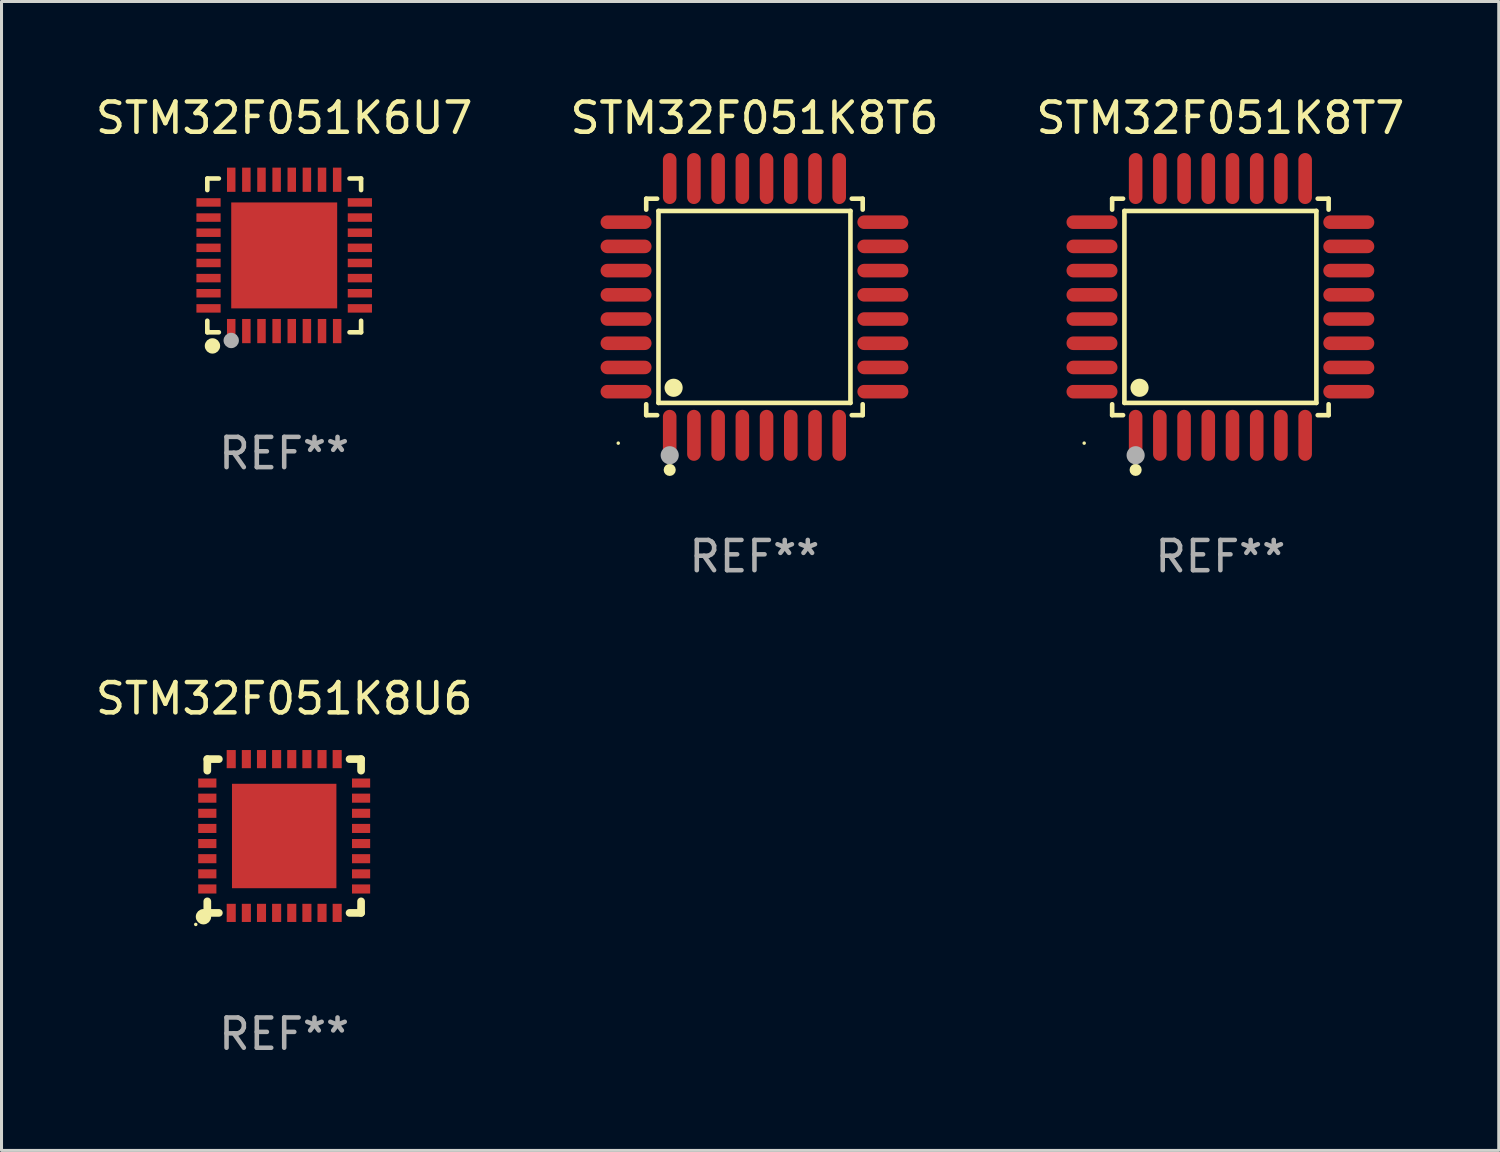
<source format=kicad_pcb>
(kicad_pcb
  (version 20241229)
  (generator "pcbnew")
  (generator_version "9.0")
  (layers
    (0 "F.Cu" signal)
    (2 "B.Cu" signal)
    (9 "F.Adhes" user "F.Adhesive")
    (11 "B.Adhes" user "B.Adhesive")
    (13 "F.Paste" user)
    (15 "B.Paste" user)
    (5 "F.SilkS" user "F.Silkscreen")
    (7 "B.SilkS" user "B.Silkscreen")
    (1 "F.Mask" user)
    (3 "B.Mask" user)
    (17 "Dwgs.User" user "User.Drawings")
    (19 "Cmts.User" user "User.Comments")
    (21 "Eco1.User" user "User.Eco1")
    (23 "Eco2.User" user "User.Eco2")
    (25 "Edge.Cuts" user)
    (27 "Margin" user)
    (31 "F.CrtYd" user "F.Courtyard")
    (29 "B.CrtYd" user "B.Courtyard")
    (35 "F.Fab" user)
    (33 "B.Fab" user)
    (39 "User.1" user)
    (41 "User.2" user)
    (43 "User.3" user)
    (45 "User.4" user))
  (footprint "STM32F051K6U7"
    (layer "F.Cu")
    (at 6.339 5.388)
    (property "Reference" "STM32F051K6U7" (at 0 -4.54 0) (layer "F.SilkS") (effects (font (size 1 1) (thickness 0.15))))
    (attr through_hole)
    (fp_line (start -2.54 -2.54) (end -2.159 -2.54) (stroke (width 0.152) (type solid)) (layer "F.SilkS"))
    (fp_line (start -2.54 -2.159) (end -2.54 -2.54) (stroke (width 0.152) (type solid)) (layer "F.SilkS"))
    (fp_line (start -2.54 2.54) (end -2.54 2.159) (stroke (width 0.152) (type solid)) (layer "F.SilkS"))
    (fp_line (start -2.159 2.54) (end -2.54 2.54) (stroke (width 0.152) (type solid)) (layer "F.SilkS"))
    (fp_line (start 2.159 -2.54) (end 2.54 -2.54) (stroke (width 0.152) (type solid)) (layer "F.SilkS"))
    (fp_line (start 2.54 -2.54) (end 2.54 -2.159) (stroke (width 0.152) (type solid)) (layer "F.SilkS"))
    (fp_line (start 2.54 2.159) (end 2.54 2.54) (stroke (width 0.152) (type solid)) (layer "F.SilkS"))
    (fp_line (start 2.54 2.54) (end 2.159 2.54) (stroke (width 0.152) (type solid)) (layer "F.SilkS"))
    (fp_circle (center -2.5 2.5) (end -2.47 2.5) (stroke (width 0.06) (type solid)) (fill no) (layer "F.SilkS"))
    (fp_circle (center -2.37 2.99) (end -2.243 2.99) (stroke (width 0.254) (type solid)) (fill no) (layer "F.SilkS"))
    (fp_circle (center -1.75 2.81) (end -1.623 2.81) (stroke (width 0.254) (type solid)) (fill no) (layer "F.Fab"))
    (fp_text user "REF**" (at 0 6.54 0) (layer "F.Fab") (effects (font (size 1 1) (thickness 0.15))))
    (pad "1" smd rect (at -1.75 2.5) (size 0.28 0.8) (layers "F.Cu" "F.Mask" "F.Paste"))
    (pad "2" smd rect (at -1.25 2.5) (size 0.28 0.8) (layers "F.Cu" "F.Mask" "F.Paste"))
    (pad "3" smd rect (at -0.75 2.5) (size 0.28 0.8) (layers "F.Cu" "F.Mask" "F.Paste"))
    (pad "4" smd rect (at -0.25 2.5) (size 0.28 0.8) (layers "F.Cu" "F.Mask" "F.Paste"))
    (pad "5" smd rect (at 0.25 2.5) (size 0.28 0.8) (layers "F.Cu" "F.Mask" "F.Paste"))
    (pad "6" smd rect (at 0.75 2.5) (size 0.28 0.8) (layers "F.Cu" "F.Mask" "F.Paste"))
    (pad "7" smd rect (at 1.25 2.5) (size 0.28 0.8) (layers "F.Cu" "F.Mask" "F.Paste"))
    (pad "8" smd rect (at 1.75 2.5) (size 0.28 0.8) (layers "F.Cu" "F.Mask" "F.Paste"))
    (pad "9" smd rect (at 2.5 1.75) (size 0.8 0.28) (layers "F.Cu" "F.Mask" "F.Paste"))
    (pad "10" smd rect (at 2.5 1.25) (size 0.8 0.28) (layers "F.Cu" "F.Mask" "F.Paste"))
    (pad "11" smd rect (at 2.5 0.75) (size 0.8 0.28) (layers "F.Cu" "F.Mask" "F.Paste"))
    (pad "12" smd rect (at 2.5 0.25) (size 0.8 0.28) (layers "F.Cu" "F.Mask" "F.Paste"))
    (pad "13" smd rect (at 2.5 -0.25) (size 0.8 0.28) (layers "F.Cu" "F.Mask" "F.Paste"))
    (pad "14" smd rect (at 2.5 -0.75) (size 0.8 0.28) (layers "F.Cu" "F.Mask" "F.Paste"))
    (pad "15" smd rect (at 2.5 -1.25) (size 0.8 0.28) (layers "F.Cu" "F.Mask" "F.Paste"))
    (pad "16" smd rect (at 2.5 -1.75) (size 0.8 0.28) (layers "F.Cu" "F.Mask" "F.Paste"))
    (pad "17" smd rect (at 1.75 -2.5) (size 0.28 0.8) (layers "F.Cu" "F.Mask" "F.Paste"))
    (pad "18" smd rect (at 1.25 -2.5) (size 0.28 0.8) (layers "F.Cu" "F.Mask" "F.Paste"))
    (pad "19" smd rect (at 0.75 -2.5) (size 0.28 0.8) (layers "F.Cu" "F.Mask" "F.Paste"))
    (pad "20" smd rect (at 0.25 -2.5) (size 0.28 0.8) (layers "F.Cu" "F.Mask" "F.Paste"))
    (pad "21" smd rect (at -0.25 -2.5) (size 0.28 0.8) (layers "F.Cu" "F.Mask" "F.Paste"))
    (pad "22" smd rect (at -0.75 -2.5) (size 0.28 0.8) (layers "F.Cu" "F.Mask" "F.Paste"))
    (pad "23" smd rect (at -1.25 -2.5) (size 0.28 0.8) (layers "F.Cu" "F.Mask" "F.Paste"))
    (pad "24" smd rect (at -1.75 -2.5) (size 0.28 0.8) (layers "F.Cu" "F.Mask" "F.Paste"))
    (pad "25" smd rect (at -2.5 -1.75) (size 0.8 0.28) (layers "F.Cu" "F.Mask" "F.Paste"))
    (pad "26" smd rect (at -2.5 -1.25) (size 0.8 0.28) (layers "F.Cu" "F.Mask" "F.Paste"))
    (pad "27" smd rect (at -2.5 -0.75) (size 0.8 0.28) (layers "F.Cu" "F.Mask" "F.Paste"))
    (pad "28" smd rect (at -2.5 -0.25) (size 0.8 0.28) (layers "F.Cu" "F.Mask" "F.Paste"))
    (pad "29" smd rect (at -2.5 0.25) (size 0.8 0.28) (layers "F.Cu" "F.Mask" "F.Paste"))
    (pad "30" smd rect (at -2.5 0.75) (size 0.8 0.28) (layers "F.Cu" "F.Mask" "F.Paste"))
    (pad "31" smd rect (at -2.5 1.25) (size 0.8 0.28) (layers "F.Cu" "F.Mask" "F.Paste"))
    (pad "32" smd rect (at -2.5 1.75) (size 0.8 0.28) (layers "F.Cu" "F.Mask" "F.Paste"))
    (pad "33" smd rect (at 0.000127 0.000127) (size 3.5 3.5) (layers "F.Cu" "F.Mask" "F.Paste")))
  (footprint "STM32F051K8T7"
    (layer "F.Cu")
    (at 37.268 7.09)
    (property "Reference" "STM32F051K8T7" (at 0 -6.242 0) (layer "F.SilkS") (effects (font (size 1 1) (thickness 0.15))))
    (attr through_hole)
    (fp_line (start -3.576 -3.576) (end -3.215 -3.576) (stroke (width 0.152) (type solid)) (layer "F.SilkS"))
    (fp_line (start -3.576 -3.215) (end -3.576 -3.576) (stroke (width 0.152) (type solid)) (layer "F.SilkS"))
    (fp_line (start -3.576 3.215) (end -3.576 3.576) (stroke (width 0.152) (type solid)) (layer "F.SilkS"))
    (fp_line (start -3.576 3.576) (end -3.215 3.576) (stroke (width 0.152) (type solid)) (layer "F.SilkS"))
    (fp_line (start -3.171 -3.171) (end 3.171 -3.171) (stroke (width 0.152) (type solid)) (layer "F.SilkS"))
    (fp_line (start -3.171 3.171) (end -3.171 -3.171) (stroke (width 0.152) (type solid)) (layer "F.SilkS"))
    (fp_line (start 3.171 -3.171) (end 3.171 3.171) (stroke (width 0.152) (type solid)) (layer "F.SilkS"))
    (fp_line (start 3.171 3.171) (end -3.171 3.171) (stroke (width 0.152) (type solid)) (layer "F.SilkS"))
    (fp_line (start 3.576 -3.576) (end 3.215 -3.576) (stroke (width 0.152) (type solid)) (layer "F.SilkS"))
    (fp_line (start 3.576 -3.215) (end 3.576 -3.576) (stroke (width 0.152) (type solid)) (layer "F.SilkS"))
    (fp_line (start 3.576 3.215) (end 3.576 3.576) (stroke (width 0.152) (type solid)) (layer "F.SilkS"))
    (fp_line (start 3.576 3.576) (end 3.215 3.576) (stroke (width 0.152) (type solid)) (layer "F.SilkS"))
    (fp_circle (center -4.5 4.5) (end -4.47 4.5) (stroke (width 0.06) (type solid)) (fill no) (layer "F.SilkS"))
    (fp_circle (center -2.8 5.384) (end -2.7 5.384) (stroke (width 0.2) (type solid)) (fill no) (layer "F.SilkS"))
    (fp_circle (center -2.671 2.671) (end -2.521 2.671) (stroke (width 0.3) (type solid)) (fill no) (layer "F.SilkS"))
    (fp_circle (center -2.8 4.9) (end -2.65 4.9) (stroke (width 0.3) (type solid)) (fill no) (layer "F.Fab"))
    (fp_text user "REF**" (at 0 8.242 0) (layer "F.Fab") (effects (font (size 1 1) (thickness 0.15))))
    (pad "1" smd oval (at -2.8 4.242) (size 0.448 1.684) (layers "F.Cu" "F.Mask" "F.Paste"))
    (pad "2" smd oval (at -2 4.242) (size 0.448 1.684) (layers "F.Cu" "F.Mask" "F.Paste"))
    (pad "3" smd oval (at -1.2 4.242) (size 0.448 1.684) (layers "F.Cu" "F.Mask" "F.Paste"))
    (pad "4" smd oval (at -0.4 4.242) (size 0.448 1.684) (layers "F.Cu" "F.Mask" "F.Paste"))
    (pad "5" smd oval (at 0.4 4.242) (size 0.448 1.684) (layers "F.Cu" "F.Mask" "F.Paste"))
    (pad "6" smd oval (at 1.2 4.242) (size 0.448 1.684) (layers "F.Cu" "F.Mask" "F.Paste"))
    (pad "7" smd oval (at 2 4.242) (size 0.448 1.684) (layers "F.Cu" "F.Mask" "F.Paste"))
    (pad "8" smd oval (at 2.8 4.242) (size 0.448 1.684) (layers "F.Cu" "F.Mask" "F.Paste"))
    (pad "9" smd oval (at 4.242 2.8) (size 1.684 0.448) (layers "F.Cu" "F.Mask" "F.Paste"))
    (pad "10" smd oval (at 4.242 2) (size 1.684 0.448) (layers "F.Cu" "F.Mask" "F.Paste"))
    (pad "11" smd oval (at 4.242 1.2) (size 1.684 0.448) (layers "F.Cu" "F.Mask" "F.Paste"))
    (pad "12" smd oval (at 4.242 0.4) (size 1.684 0.448) (layers "F.Cu" "F.Mask" "F.Paste"))
    (pad "13" smd oval (at 4.242 -0.4) (size 1.684 0.448) (layers "F.Cu" "F.Mask" "F.Paste"))
    (pad "14" smd oval (at 4.242 -1.2) (size 1.684 0.448) (layers "F.Cu" "F.Mask" "F.Paste"))
    (pad "15" smd oval (at 4.242 -2) (size 1.684 0.448) (layers "F.Cu" "F.Mask" "F.Paste"))
    (pad "16" smd oval (at 4.242 -2.8) (size 1.684 0.448) (layers "F.Cu" "F.Mask" "F.Paste"))
    (pad "17" smd oval (at 2.8 -4.242) (size 0.448 1.684) (layers "F.Cu" "F.Mask" "F.Paste"))
    (pad "18" smd oval (at 2 -4.242) (size 0.448 1.684) (layers "F.Cu" "F.Mask" "F.Paste"))
    (pad "19" smd oval (at 1.2 -4.242) (size 0.448 1.684) (layers "F.Cu" "F.Mask" "F.Paste"))
    (pad "20" smd oval (at 0.4 -4.242) (size 0.448 1.684) (layers "F.Cu" "F.Mask" "F.Paste"))
    (pad "21" smd oval (at -0.4 -4.242) (size 0.448 1.684) (layers "F.Cu" "F.Mask" "F.Paste"))
    (pad "22" smd oval (at -1.2 -4.242) (size 0.448 1.684) (layers "F.Cu" "F.Mask" "F.Paste"))
    (pad "23" smd oval (at -2 -4.242) (size 0.448 1.684) (layers "F.Cu" "F.Mask" "F.Paste"))
    (pad "24" smd oval (at -2.8 -4.242) (size 0.448 1.684) (layers "F.Cu" "F.Mask" "F.Paste"))
    (pad "25" smd oval (at -4.242 -2.8) (size 1.684 0.448) (layers "F.Cu" "F.Mask" "F.Paste"))
    (pad "26" smd oval (at -4.242 -2) (size 1.684 0.448) (layers "F.Cu" "F.Mask" "F.Paste"))
    (pad "27" smd oval (at -4.242 -1.2) (size 1.684 0.448) (layers "F.Cu" "F.Mask" "F.Paste"))
    (pad "28" smd oval (at -4.242 -0.4) (size 1.684 0.448) (layers "F.Cu" "F.Mask" "F.Paste"))
    (pad "29" smd oval (at -4.242 0.4) (size 1.684 0.448) (layers "F.Cu" "F.Mask" "F.Paste"))
    (pad "30" smd oval (at -4.242 1.2) (size 1.684 0.448) (layers "F.Cu" "F.Mask" "F.Paste"))
    (pad "31" smd oval (at -4.242 2) (size 1.684 0.448) (layers "F.Cu" "F.Mask" "F.Paste"))
    (pad "32" smd oval (at -4.242 2.8) (size 1.684 0.448) (layers "F.Cu" "F.Mask" "F.Paste")))
  (footprint "STM32F051K8U6"
    (layer "F.Cu")
    (at 6.339 24.569)
    (property "Reference" "STM32F051K8U6" (at 0 -4.54 0) (layer "F.SilkS") (effects (font (size 1 1) (thickness 0.15))))
    (attr through_hole)
    (fp_line (start -2.54 -2.54) (end -2.159 -2.54) (stroke (width 0.254) (type solid)) (layer "F.SilkS"))
    (fp_line (start -2.54 -2.159) (end -2.54 -2.54) (stroke (width 0.254) (type solid)) (layer "F.SilkS"))
    (fp_line (start -2.54 2.54) (end -2.54 2.159) (stroke (width 0.254) (type solid)) (layer "F.SilkS"))
    (fp_line (start -2.159 2.54) (end -2.54 2.54) (stroke (width 0.254) (type solid)) (layer "F.SilkS"))
    (fp_line (start 2.159 -2.54) (end 2.54 -2.54) (stroke (width 0.254) (type solid)) (layer "F.SilkS"))
    (fp_line (start 2.54 -2.54) (end 2.54 -2.159) (stroke (width 0.254) (type solid)) (layer "F.SilkS"))
    (fp_line (start 2.54 2.159) (end 2.54 2.54) (stroke (width 0.254) (type solid)) (layer "F.SilkS"))
    (fp_line (start 2.54 2.54) (end 2.159 2.54) (stroke (width 0.254) (type solid)) (layer "F.SilkS"))
    (fp_circle (center -2.921 2.921) (end -2.891 2.921) (stroke (width 0.06) (type solid)) (fill no) (layer "F.SilkS"))
    (fp_circle (center -2.667 2.667) (end -2.54 2.667) (stroke (width 0.254) (type solid)) (fill no) (layer "F.SilkS"))
    (fp_text user "REF**" (at 0 6.54 0) (layer "F.Fab") (effects (font (size 1 1) (thickness 0.15))))
    (pad "1" smd rect (at -1.75 2.54 90) (size 0.6 0.3) (layers "F.Cu" "F.Mask" "F.Paste"))
    (pad "2" smd rect (at -1.25 2.54 90) (size 0.6 0.3) (layers "F.Cu" "F.Mask" "F.Paste"))
    (pad "3" smd rect (at -0.75 2.54 90) (size 0.6 0.3) (layers "F.Cu" "F.Mask" "F.Paste"))
    (pad "4" smd rect (at -0.25 2.54 90) (size 0.6 0.3) (layers "F.Cu" "F.Mask" "F.Paste"))
    (pad "5" smd rect (at 0.25 2.54 90) (size 0.6 0.3) (layers "F.Cu" "F.Mask" "F.Paste"))
    (pad "6" smd rect (at 0.75 2.54 90) (size 0.6 0.3) (layers "F.Cu" "F.Mask" "F.Paste"))
    (pad "7" smd rect (at 1.25 2.54 90) (size 0.6 0.3) (layers "F.Cu" "F.Mask" "F.Paste"))
    (pad "8" smd rect (at 1.75 2.54 90) (size 0.6 0.3) (layers "F.Cu" "F.Mask" "F.Paste"))
    (pad "9" smd rect (at 2.54 1.75 180) (size 0.6 0.3) (layers "F.Cu" "F.Mask" "F.Paste"))
    (pad "10" smd rect (at 2.54 1.25 180) (size 0.6 0.3) (layers "F.Cu" "F.Mask" "F.Paste"))
    (pad "11" smd rect (at 2.54 0.75 180) (size 0.6 0.3) (layers "F.Cu" "F.Mask" "F.Paste"))
    (pad "12" smd rect (at 2.54 0.25 180) (size 0.6 0.3) (layers "F.Cu" "F.Mask" "F.Paste"))
    (pad "13" smd rect (at 2.54 -0.25 180) (size 0.6 0.3) (layers "F.Cu" "F.Mask" "F.Paste"))
    (pad "14" smd rect (at 2.54 -0.75 180) (size 0.6 0.3) (layers "F.Cu" "F.Mask" "F.Paste"))
    (pad "15" smd rect (at 2.54 -1.25 180) (size 0.6 0.3) (layers "F.Cu" "F.Mask" "F.Paste"))
    (pad "16" smd rect (at 2.54 -1.75 180) (size 0.6 0.3) (layers "F.Cu" "F.Mask" "F.Paste"))
    (pad "17" smd rect (at 1.75 -2.54 270) (size 0.6 0.3) (layers "F.Cu" "F.Mask" "F.Paste"))
    (pad "18" smd rect (at 1.25 -2.54 270) (size 0.6 0.3) (layers "F.Cu" "F.Mask" "F.Paste"))
    (pad "19" smd rect (at 0.75 -2.54 270) (size 0.6 0.3) (layers "F.Cu" "F.Mask" "F.Paste"))
    (pad "20" smd rect (at 0.25 -2.54 270) (size 0.6 0.3) (layers "F.Cu" "F.Mask" "F.Paste"))
    (pad "21" smd rect (at -0.25 -2.54 270) (size 0.6 0.3) (layers "F.Cu" "F.Mask" "F.Paste"))
    (pad "22" smd rect (at -0.75 -2.54 270) (size 0.6 0.3) (layers "F.Cu" "F.Mask" "F.Paste"))
    (pad "23" smd rect (at -1.25 -2.54 270) (size 0.6 0.3) (layers "F.Cu" "F.Mask" "F.Paste"))
    (pad "24" smd rect (at -1.75 -2.54 270) (size 0.6 0.3) (layers "F.Cu" "F.Mask" "F.Paste"))
    (pad "25" smd rect (at -2.54 -1.75) (size 0.6 0.3) (layers "F.Cu" "F.Mask" "F.Paste"))
    (pad "26" smd rect (at -2.54 -1.25) (size 0.6 0.3) (layers "F.Cu" "F.Mask" "F.Paste"))
    (pad "27" smd rect (at -2.54 -0.75) (size 0.6 0.3) (layers "F.Cu" "F.Mask" "F.Paste"))
    (pad "28" smd rect (at -2.54 -0.25) (size 0.6 0.3) (layers "F.Cu" "F.Mask" "F.Paste"))
    (pad "29" smd rect (at -2.54 0.25) (size 0.6 0.3) (layers "F.Cu" "F.Mask" "F.Paste"))
    (pad "30" smd rect (at -2.54 0.75) (size 0.6 0.3) (layers "F.Cu" "F.Mask" "F.Paste"))
    (pad "31" smd rect (at -2.54 1.25) (size 0.6 0.3) (layers "F.Cu" "F.Mask" "F.Paste"))
    (pad "32" smd rect (at -2.54 1.75) (size 0.6 0.3) (layers "F.Cu" "F.Mask" "F.Paste"))
    (pad "33" smd rect (at 0 0) (size 3.45 3.45) (layers "F.Cu" "F.Mask" "F.Paste")))
  (footprint "STM32F051K8T6"
    (layer "F.Cu")
    (at 21.875 7.09)
    (property "Reference" "STM32F051K8T6" (at 0 -6.242 0) (layer "F.SilkS") (effects (font (size 1 1) (thickness 0.15))))
    (attr through_hole)
    (fp_line (start -3.576 -3.576) (end -3.215 -3.576) (stroke (width 0.152) (type solid)) (layer "F.SilkS"))
    (fp_line (start -3.576 -3.215) (end -3.576 -3.576) (stroke (width 0.152) (type solid)) (layer "F.SilkS"))
    (fp_line (start -3.576 3.215) (end -3.576 3.576) (stroke (width 0.152) (type solid)) (layer "F.SilkS"))
    (fp_line (start -3.576 3.576) (end -3.215 3.576) (stroke (width 0.152) (type solid)) (layer "F.SilkS"))
    (fp_line (start -3.171 -3.171) (end 3.171 -3.171) (stroke (width 0.152) (type solid)) (layer "F.SilkS"))
    (fp_line (start -3.171 3.171) (end -3.171 -3.171) (stroke (width 0.152) (type solid)) (layer "F.SilkS"))
    (fp_line (start 3.171 -3.171) (end 3.171 3.171) (stroke (width 0.152) (type solid)) (layer "F.SilkS"))
    (fp_line (start 3.171 3.171) (end -3.171 3.171) (stroke (width 0.152) (type solid)) (layer "F.SilkS"))
    (fp_line (start 3.576 -3.576) (end 3.215 -3.576) (stroke (width 0.152) (type solid)) (layer "F.SilkS"))
    (fp_line (start 3.576 -3.215) (end 3.576 -3.576) (stroke (width 0.152) (type solid)) (layer "F.SilkS"))
    (fp_line (start 3.576 3.215) (end 3.576 3.576) (stroke (width 0.152) (type solid)) (layer "F.SilkS"))
    (fp_line (start 3.576 3.576) (end 3.215 3.576) (stroke (width 0.152) (type solid)) (layer "F.SilkS"))
    (fp_circle (center -4.5 4.5) (end -4.47 4.5) (stroke (width 0.06) (type solid)) (fill no) (layer "F.SilkS"))
    (fp_circle (center -2.8 5.384) (end -2.7 5.384) (stroke (width 0.2) (type solid)) (fill no) (layer "F.SilkS"))
    (fp_circle (center -2.671 2.671) (end -2.521 2.671) (stroke (width 0.3) (type solid)) (fill no) (layer "F.SilkS"))
    (fp_circle (center -2.8 4.9) (end -2.65 4.9) (stroke (width 0.3) (type solid)) (fill no) (layer "F.Fab"))
    (fp_text user "REF**" (at 0 8.242 0) (layer "F.Fab") (effects (font (size 1 1) (thickness 0.15))))
    (pad "1" smd oval (at -2.8 4.242) (size 0.448 1.684) (layers "F.Cu" "F.Mask" "F.Paste"))
    (pad "2" smd oval (at -2 4.242) (size 0.448 1.684) (layers "F.Cu" "F.Mask" "F.Paste"))
    (pad "3" smd oval (at -1.2 4.242) (size 0.448 1.684) (layers "F.Cu" "F.Mask" "F.Paste"))
    (pad "4" smd oval (at -0.4 4.242) (size 0.448 1.684) (layers "F.Cu" "F.Mask" "F.Paste"))
    (pad "5" smd oval (at 0.4 4.242) (size 0.448 1.684) (layers "F.Cu" "F.Mask" "F.Paste"))
    (pad "6" smd oval (at 1.2 4.242) (size 0.448 1.684) (layers "F.Cu" "F.Mask" "F.Paste"))
    (pad "7" smd oval (at 2 4.242) (size 0.448 1.684) (layers "F.Cu" "F.Mask" "F.Paste"))
    (pad "8" smd oval (at 2.8 4.242) (size 0.448 1.684) (layers "F.Cu" "F.Mask" "F.Paste"))
    (pad "9" smd oval (at 4.242 2.8) (size 1.684 0.448) (layers "F.Cu" "F.Mask" "F.Paste"))
    (pad "10" smd oval (at 4.242 2) (size 1.684 0.448) (layers "F.Cu" "F.Mask" "F.Paste"))
    (pad "11" smd oval (at 4.242 1.2) (size 1.684 0.448) (layers "F.Cu" "F.Mask" "F.Paste"))
    (pad "12" smd oval (at 4.242 0.4) (size 1.684 0.448) (layers "F.Cu" "F.Mask" "F.Paste"))
    (pad "13" smd oval (at 4.242 -0.4) (size 1.684 0.448) (layers "F.Cu" "F.Mask" "F.Paste"))
    (pad "14" smd oval (at 4.242 -1.2) (size 1.684 0.448) (layers "F.Cu" "F.Mask" "F.Paste"))
    (pad "15" smd oval (at 4.242 -2) (size 1.684 0.448) (layers "F.Cu" "F.Mask" "F.Paste"))
    (pad "16" smd oval (at 4.242 -2.8) (size 1.684 0.448) (layers "F.Cu" "F.Mask" "F.Paste"))
    (pad "17" smd oval (at 2.8 -4.242) (size 0.448 1.684) (layers "F.Cu" "F.Mask" "F.Paste"))
    (pad "18" smd oval (at 2 -4.242) (size 0.448 1.684) (layers "F.Cu" "F.Mask" "F.Paste"))
    (pad "19" smd oval (at 1.2 -4.242) (size 0.448 1.684) (layers "F.Cu" "F.Mask" "F.Paste"))
    (pad "20" smd oval (at 0.4 -4.242) (size 0.448 1.684) (layers "F.Cu" "F.Mask" "F.Paste"))
    (pad "21" smd oval (at -0.4 -4.242) (size 0.448 1.684) (layers "F.Cu" "F.Mask" "F.Paste"))
    (pad "22" smd oval (at -1.2 -4.242) (size 0.448 1.684) (layers "F.Cu" "F.Mask" "F.Paste"))
    (pad "23" smd oval (at -2 -4.242) (size 0.448 1.684) (layers "F.Cu" "F.Mask" "F.Paste"))
    (pad "24" smd oval (at -2.8 -4.242) (size 0.448 1.684) (layers "F.Cu" "F.Mask" "F.Paste"))
    (pad "25" smd oval (at -4.242 -2.8) (size 1.684 0.448) (layers "F.Cu" "F.Mask" "F.Paste"))
    (pad "26" smd oval (at -4.242 -2) (size 1.684 0.448) (layers "F.Cu" "F.Mask" "F.Paste"))
    (pad "27" smd oval (at -4.242 -1.2) (size 1.684 0.448) (layers "F.Cu" "F.Mask" "F.Paste"))
    (pad "28" smd oval (at -4.242 -0.4) (size 1.684 0.448) (layers "F.Cu" "F.Mask" "F.Paste"))
    (pad "29" smd oval (at -4.242 0.4) (size 1.684 0.448) (layers "F.Cu" "F.Mask" "F.Paste"))
    (pad "30" smd oval (at -4.242 1.2) (size 1.684 0.448) (layers "F.Cu" "F.Mask" "F.Paste"))
    (pad "31" smd oval (at -4.242 2) (size 1.684 0.448) (layers "F.Cu" "F.Mask" "F.Paste"))
    (pad "32" smd oval (at -4.242 2.8) (size 1.684 0.448) (layers "F.Cu" "F.Mask" "F.Paste")))
  (gr_rect
    (start -3 -3)
    (end 46.464 34.957)
    (stroke (width 0.1) (type default))
    (fill no)
    (layer "Edge.Cuts")))
</source>
